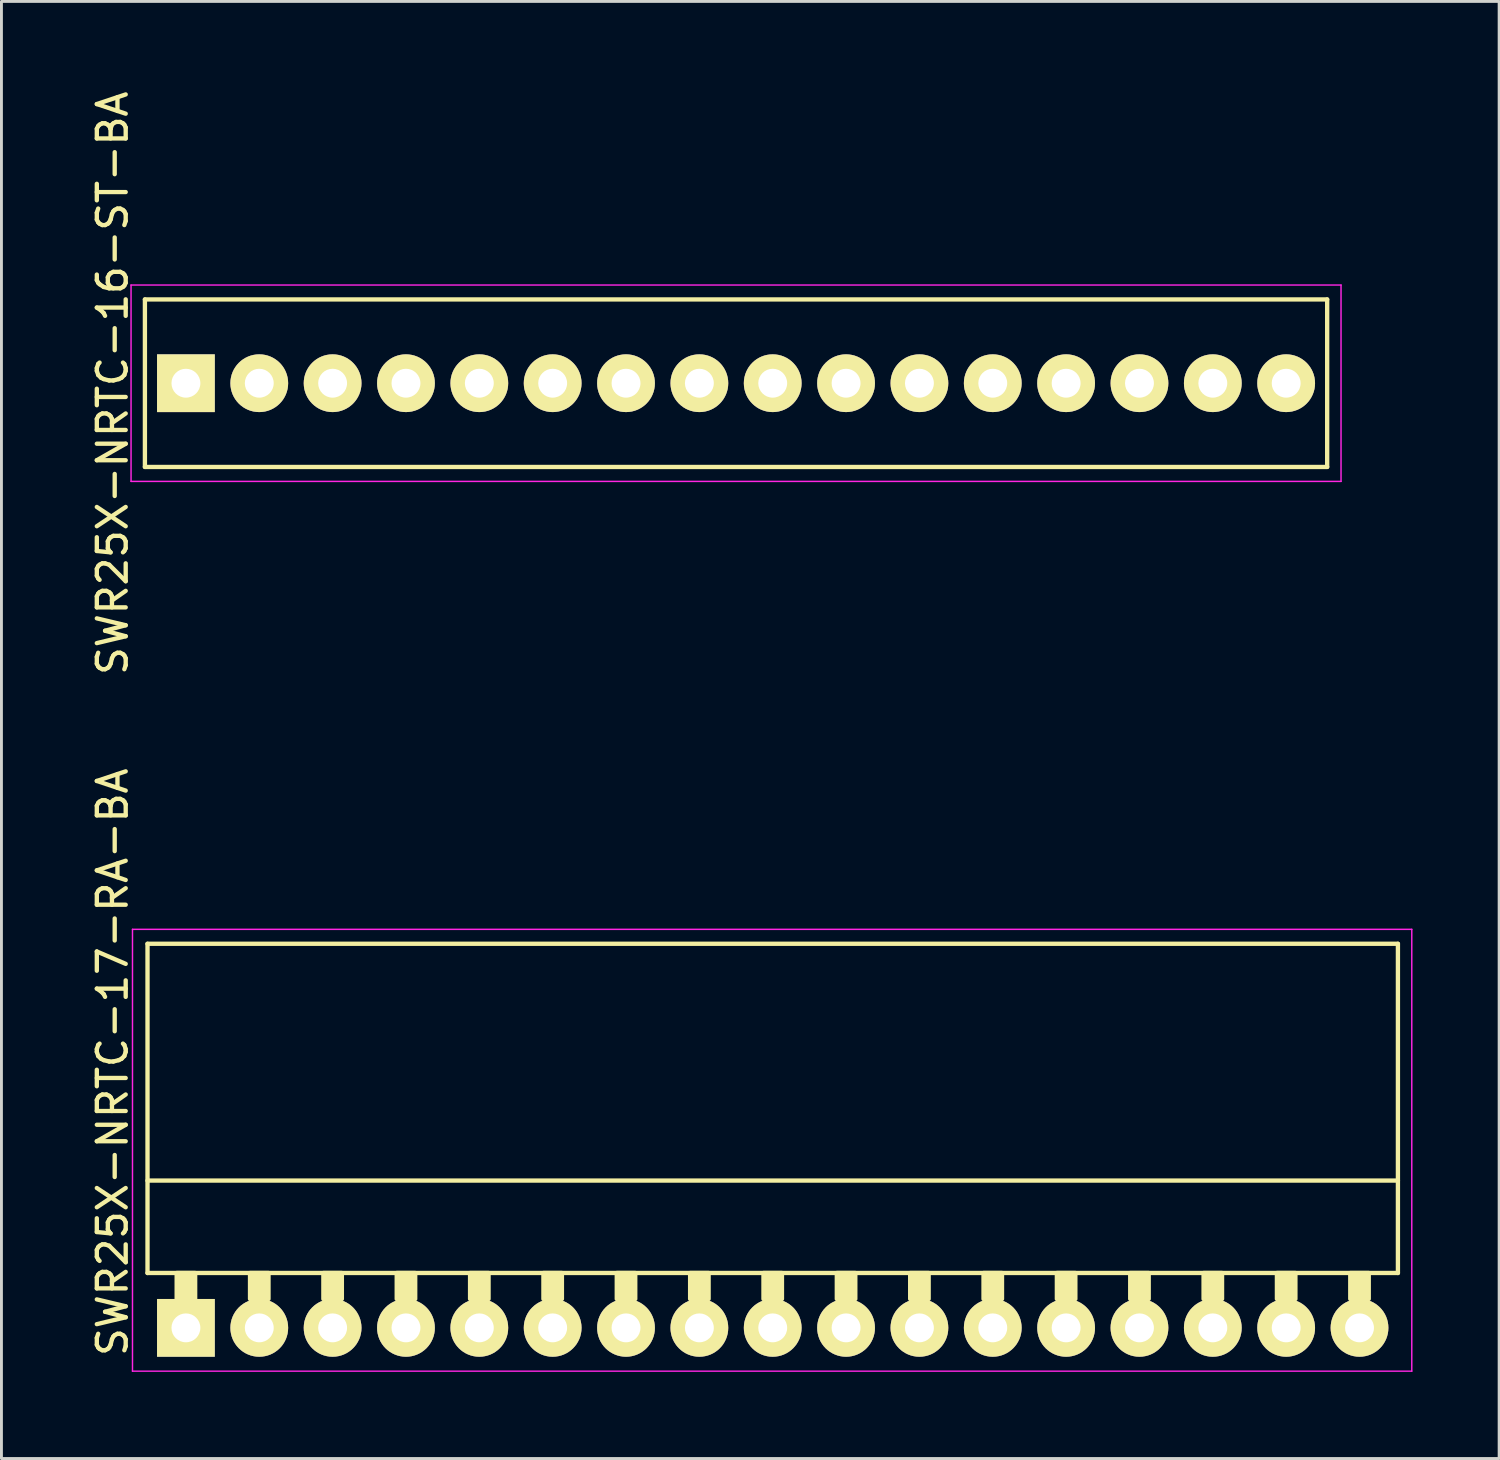
<source format=kicad_pcb>
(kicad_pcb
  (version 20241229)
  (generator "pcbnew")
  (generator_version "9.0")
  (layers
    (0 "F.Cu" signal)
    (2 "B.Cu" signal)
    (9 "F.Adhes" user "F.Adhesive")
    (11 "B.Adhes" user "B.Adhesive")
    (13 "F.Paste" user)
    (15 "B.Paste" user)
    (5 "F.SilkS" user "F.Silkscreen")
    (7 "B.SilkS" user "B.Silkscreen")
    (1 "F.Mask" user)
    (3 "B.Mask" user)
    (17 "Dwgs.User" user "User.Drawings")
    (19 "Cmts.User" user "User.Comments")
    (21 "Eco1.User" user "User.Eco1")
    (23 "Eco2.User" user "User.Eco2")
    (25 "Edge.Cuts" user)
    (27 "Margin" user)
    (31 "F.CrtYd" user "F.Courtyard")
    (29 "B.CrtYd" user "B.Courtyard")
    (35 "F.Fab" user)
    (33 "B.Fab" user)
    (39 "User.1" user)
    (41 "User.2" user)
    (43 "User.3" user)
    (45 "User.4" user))
  (footprint "SWR25X-NRTC-16-ST-BA"
    (layer "F.Cu")
    (at 3.388 10.22)
    (property "Reference" "SWR25X-NRTC-16-ST-BA" (at -2.54 0 270) (layer "F.SilkS") (effects (font (size 1 1) (thickness 0.15))))
    (attr through_hole)
    (fp_line (start -1.42 -2.9) (end 39.52 -2.9) (stroke (width 0.15) (type solid)) (layer "F.SilkS"))
    (fp_line (start -1.42 2.9) (end -1.42 -2.9) (stroke (width 0.15) (type solid)) (layer "F.SilkS"))
    (fp_line (start -1.42 2.9) (end 39.52 2.9) (stroke (width 0.15) (type solid)) (layer "F.SilkS"))
    (fp_line (start 39.52 2.9) (end 39.52 -2.9) (stroke (width 0.15) (type solid)) (layer "F.SilkS"))
    (fp_line (start -1.9 -3.4) (end 40 -3.4) (stroke (width 0.05) (type solid)) (layer "F.CrtYd"))
    (fp_line (start -1.9 3.4) (end -1.9 -3.4) (stroke (width 0.05) (type solid)) (layer "F.CrtYd"))
    (fp_line (start -1.9 3.4) (end 40 3.4) (stroke (width 0.05) (type solid)) (layer "F.CrtYd"))
    (fp_line (start 40 3.4) (end 40 -3.4) (stroke (width 0.05) (type solid)) (layer "F.CrtYd"))
    (pad "1" thru_hole rect (at 0 0) (size 2 2) (drill 1) (layers "*.Cu" "*.Mask" "F.SilkS"))
    (pad "2" thru_hole circle (at 2.54 0) (size 2 2) (drill 1) (layers "*.Cu" "*.Mask" "F.SilkS"))
    (pad "3" thru_hole circle (at 5.08 0) (size 2 2) (drill 1) (layers "*.Cu" "*.Mask" "F.SilkS"))
    (pad "4" thru_hole circle (at 7.62 0) (size 2 2) (drill 1) (layers "*.Cu" "*.Mask" "F.SilkS"))
    (pad "5" thru_hole circle (at 10.16 0) (size 2 2) (drill 1) (layers "*.Cu" "*.Mask" "F.SilkS"))
    (pad "6" thru_hole circle (at 12.7 0) (size 2 2) (drill 1) (layers "*.Cu" "*.Mask" "F.SilkS"))
    (pad "7" thru_hole circle (at 15.24 0) (size 2 2) (drill 1) (layers "*.Cu" "*.Mask" "F.SilkS"))
    (pad "8" thru_hole circle (at 17.78 0) (size 2 2) (drill 1) (layers "*.Cu" "*.Mask" "F.SilkS"))
    (pad "9" thru_hole circle (at 20.32 0) (size 2 2) (drill 1) (layers "*.Cu" "*.Mask" "F.SilkS"))
    (pad "10" thru_hole circle (at 22.86 0) (size 2 2) (drill 1) (layers "*.Cu" "*.Mask" "F.SilkS"))
    (pad "11" thru_hole circle (at 25.4 0) (size 2 2) (drill 1) (layers "*.Cu" "*.Mask" "F.SilkS"))
    (pad "12" thru_hole circle (at 27.94 0) (size 2 2) (drill 1) (layers "*.Cu" "*.Mask" "F.SilkS"))
    (pad "13" thru_hole circle (at 30.48 0) (size 2 2) (drill 1) (layers "*.Cu" "*.Mask" "F.SilkS"))
    (pad "14" thru_hole circle (at 33.02 0) (size 2 2) (drill 1) (layers "*.Cu" "*.Mask" "F.SilkS"))
    (pad "15" thru_hole circle (at 35.56 0) (size 2 2) (drill 1) (layers "*.Cu" "*.Mask" "F.SilkS"))
    (pad "16" thru_hole circle (at 38.1 0) (size 2 2) (drill 1) (layers "*.Cu" "*.Mask" "F.SilkS")))
  (footprint "SWR25X-NRTC-17-RA-BA"
    (layer "F.Cu")
    (at 3.388 42.932)
    (property "Reference" "SWR25X-NRTC-17-RA-BA" (at -2.54 -9.2 270) (layer "F.SilkS") (effects (font (size 1 1) (thickness 0.15))))
    (attr through_hole)
    (fp_line (start -1.33 -13.3) (end -1.33 -1.9) (stroke (width 0.15) (type solid)) (layer "F.SilkS"))
    (fp_line (start -1.33 -13.3) (end 41.97 -13.3) (stroke (width 0.15) (type solid)) (layer "F.SilkS"))
    (fp_line (start -1.33 -5.1) (end 41.97 -5.1) (stroke (width 0.15) (type solid)) (layer "F.SilkS"))
    (fp_line (start -1.33 -1.9) (end 41.97 -1.9) (stroke (width 0.15) (type solid)) (layer "F.SilkS"))
    (fp_line (start 41.97 -13.3) (end 41.97 -1.9) (stroke (width 0.15) (type solid)) (layer "F.SilkS"))
    (fp_poly (pts (xy 0.32 -1.9) (xy -0.32 -1.9) (xy -0.32 -1) (xy 0.32 -1)) (stroke (width 0.15) (type solid)) (fill yes) (layer "F.SilkS"))
    (fp_poly (pts (xy 2.86 -1.9) (xy 2.22 -1.9) (xy 2.22 -1) (xy 2.86 -1)) (stroke (width 0.15) (type solid)) (fill yes) (layer "F.SilkS"))
    (fp_poly (pts (xy 5.4 -1.9) (xy 4.76 -1.9) (xy 4.76 -1) (xy 5.4 -1)) (stroke (width 0.15) (type solid)) (fill yes) (layer "F.SilkS"))
    (fp_poly (pts (xy 7.94 -1.9) (xy 7.3 -1.9) (xy 7.3 -1) (xy 7.94 -1)) (stroke (width 0.15) (type solid)) (fill yes) (layer "F.SilkS"))
    (fp_poly (pts (xy 10.48 -1.9) (xy 9.84 -1.9) (xy 9.84 -1) (xy 10.48 -1)) (stroke (width 0.15) (type solid)) (fill yes) (layer "F.SilkS"))
    (fp_poly (pts (xy 13.02 -1.9) (xy 12.38 -1.9) (xy 12.38 -1) (xy 13.02 -1)) (stroke (width 0.15) (type solid)) (fill yes) (layer "F.SilkS"))
    (fp_poly (pts (xy 15.56 -1.9) (xy 14.92 -1.9) (xy 14.92 -1) (xy 15.56 -1)) (stroke (width 0.15) (type solid)) (fill yes) (layer "F.SilkS"))
    (fp_poly (pts (xy 18.1 -1.9) (xy 17.46 -1.9) (xy 17.46 -1) (xy 18.1 -1)) (stroke (width 0.15) (type solid)) (fill yes) (layer "F.SilkS"))
    (fp_poly (pts (xy 20.64 -1.9) (xy 20 -1.9) (xy 20 -1) (xy 20.64 -1)) (stroke (width 0.15) (type solid)) (fill yes) (layer "F.SilkS"))
    (fp_poly (pts (xy 23.18 -1.9) (xy 22.54 -1.9) (xy 22.54 -1) (xy 23.18 -1)) (stroke (width 0.15) (type solid)) (fill yes) (layer "F.SilkS"))
    (fp_poly (pts (xy 25.72 -1.9) (xy 25.08 -1.9) (xy 25.08 -1) (xy 25.72 -1)) (stroke (width 0.15) (type solid)) (fill yes) (layer "F.SilkS"))
    (fp_poly (pts (xy 28.26 -1.9) (xy 27.62 -1.9) (xy 27.62 -1) (xy 28.26 -1)) (stroke (width 0.15) (type solid)) (fill yes) (layer "F.SilkS"))
    (fp_poly (pts (xy 30.8 -1.9) (xy 30.16 -1.9) (xy 30.16 -1) (xy 30.8 -1)) (stroke (width 0.15) (type solid)) (fill yes) (layer "F.SilkS"))
    (fp_poly (pts (xy 33.34 -1.9) (xy 32.7 -1.9) (xy 32.7 -1) (xy 33.34 -1)) (stroke (width 0.15) (type solid)) (fill yes) (layer "F.SilkS"))
    (fp_poly (pts (xy 35.88 -1.9) (xy 35.24 -1.9) (xy 35.24 -1) (xy 35.88 -1)) (stroke (width 0.15) (type solid)) (fill yes) (layer "F.SilkS"))
    (fp_poly (pts (xy 38.42 -1.9) (xy 37.78 -1.9) (xy 37.78 -1) (xy 38.42 -1)) (stroke (width 0.15) (type solid)) (fill yes) (layer "F.SilkS"))
    (fp_poly (pts (xy 40.96 -1.9) (xy 40.32 -1.9) (xy 40.32 -1) (xy 40.96 -1)) (stroke (width 0.15) (type solid)) (fill yes) (layer "F.SilkS"))
    (fp_line (start -1.85 -13.8) (end -1.85 1.5) (stroke (width 0.05) (type solid)) (layer "F.CrtYd"))
    (fp_line (start -1.85 -13.8) (end 42.45 -13.8) (stroke (width 0.05) (type solid)) (layer "F.CrtYd"))
    (fp_line (start -1.85 1.5) (end 42.45 1.5) (stroke (width 0.05) (type solid)) (layer "F.CrtYd"))
    (fp_line (start 42.45 -13.8) (end 42.45 1.5) (stroke (width 0.05) (type solid)) (layer "F.CrtYd"))
    (pad "1" thru_hole rect (at 0 0) (size 2 2) (drill 1) (layers "*.Cu" "*.Mask" "F.SilkS"))
    (pad "2" thru_hole circle (at 2.54 0) (size 2 2) (drill 1) (layers "*.Cu" "*.Mask" "F.SilkS"))
    (pad "3" thru_hole circle (at 5.08 0) (size 2 2) (drill 1) (layers "*.Cu" "*.Mask" "F.SilkS"))
    (pad "4" thru_hole circle (at 7.62 0) (size 2 2) (drill 1) (layers "*.Cu" "*.Mask" "F.SilkS"))
    (pad "5" thru_hole circle (at 10.16 0) (size 2 2) (drill 1) (layers "*.Cu" "*.Mask" "F.SilkS"))
    (pad "6" thru_hole circle (at 12.7 0) (size 2 2) (drill 1) (layers "*.Cu" "*.Mask" "F.SilkS"))
    (pad "7" thru_hole circle (at 15.24 0) (size 2 2) (drill 1) (layers "*.Cu" "*.Mask" "F.SilkS"))
    (pad "8" thru_hole circle (at 17.78 0) (size 2 2) (drill 1) (layers "*.Cu" "*.Mask" "F.SilkS"))
    (pad "9" thru_hole circle (at 20.32 0) (size 2 2) (drill 1) (layers "*.Cu" "*.Mask" "F.SilkS"))
    (pad "10" thru_hole circle (at 22.86 0) (size 2 2) (drill 1) (layers "*.Cu" "*.Mask" "F.SilkS"))
    (pad "11" thru_hole circle (at 25.4 0) (size 2 2) (drill 1) (layers "*.Cu" "*.Mask" "F.SilkS"))
    (pad "12" thru_hole circle (at 27.94 0) (size 2 2) (drill 1) (layers "*.Cu" "*.Mask" "F.SilkS"))
    (pad "13" thru_hole circle (at 30.48 0) (size 2 2) (drill 1) (layers "*.Cu" "*.Mask" "F.SilkS"))
    (pad "14" thru_hole circle (at 33.02 0) (size 2 2) (drill 1) (layers "*.Cu" "*.Mask" "F.SilkS"))
    (pad "15" thru_hole circle (at 35.56 0) (size 2 2) (drill 1) (layers "*.Cu" "*.Mask" "F.SilkS"))
    (pad "16" thru_hole circle (at 38.1 0) (size 2 2) (drill 1) (layers "*.Cu" "*.Mask" "F.SilkS"))
    (pad "17" thru_hole circle (at 40.64 0) (size 2 2) (drill 1) (layers "*.Cu" "*.Mask" "F.SilkS")))
  (gr_rect
    (start -3 -3)
    (end 48.863 47.457)
    (stroke (width 0.1) (type default))
    (fill no)
    (layer "Edge.Cuts")))
</source>
